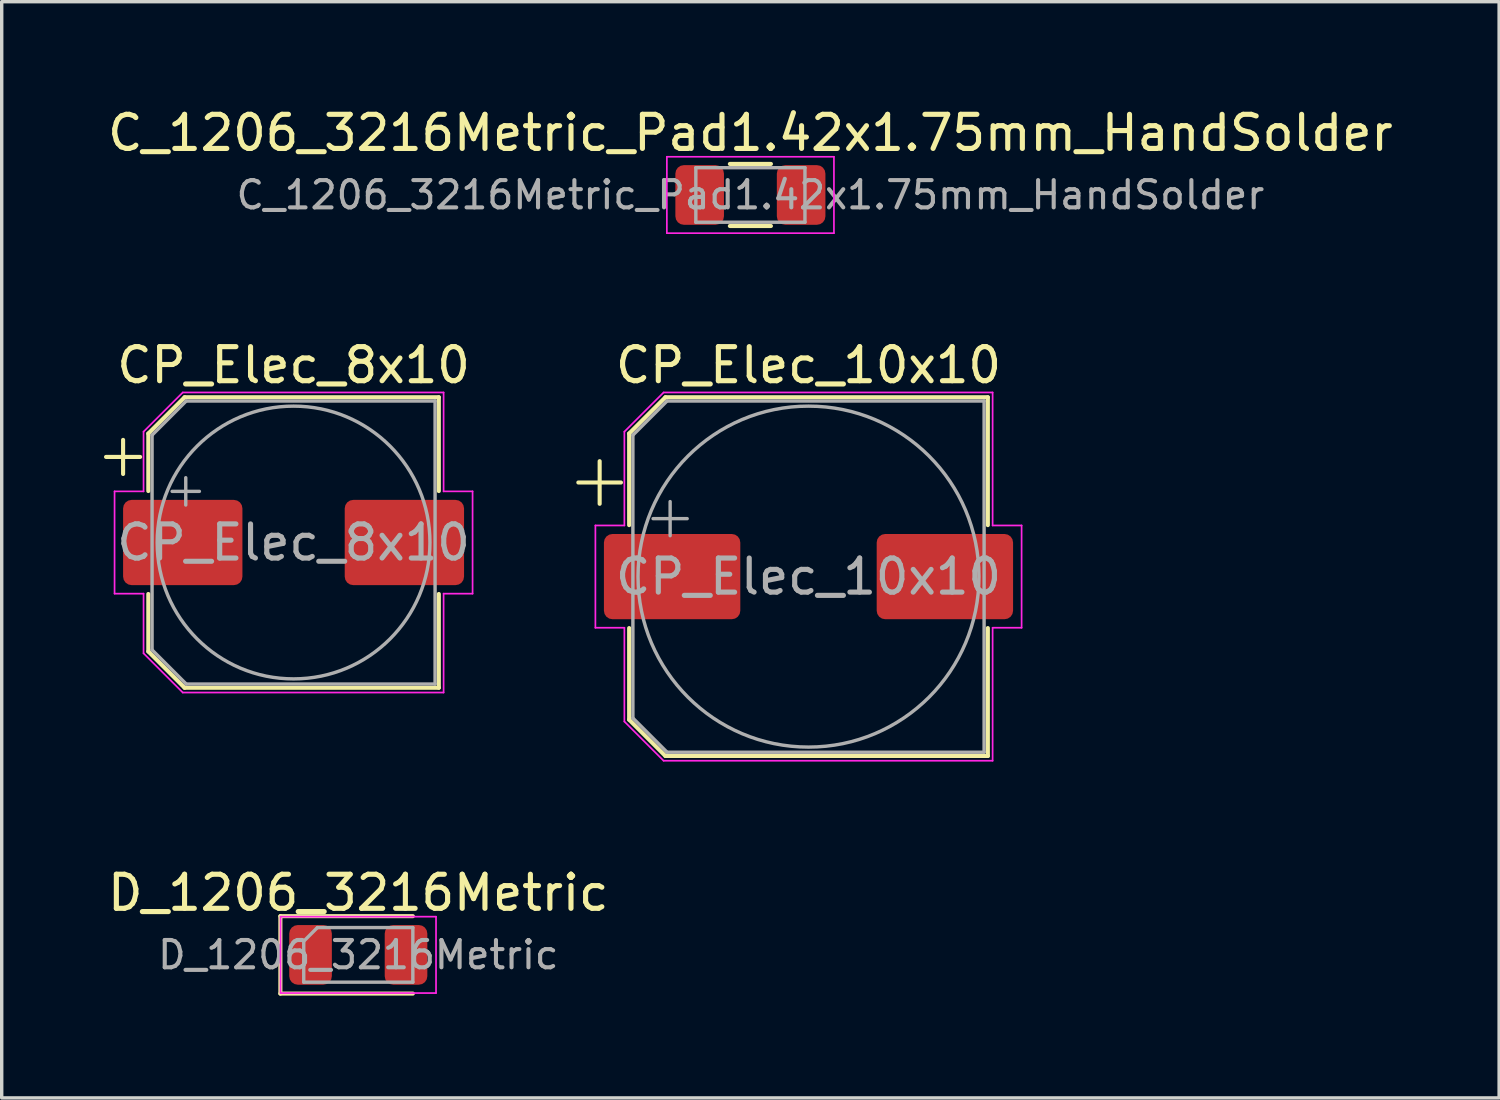
<source format=kicad_pcb>
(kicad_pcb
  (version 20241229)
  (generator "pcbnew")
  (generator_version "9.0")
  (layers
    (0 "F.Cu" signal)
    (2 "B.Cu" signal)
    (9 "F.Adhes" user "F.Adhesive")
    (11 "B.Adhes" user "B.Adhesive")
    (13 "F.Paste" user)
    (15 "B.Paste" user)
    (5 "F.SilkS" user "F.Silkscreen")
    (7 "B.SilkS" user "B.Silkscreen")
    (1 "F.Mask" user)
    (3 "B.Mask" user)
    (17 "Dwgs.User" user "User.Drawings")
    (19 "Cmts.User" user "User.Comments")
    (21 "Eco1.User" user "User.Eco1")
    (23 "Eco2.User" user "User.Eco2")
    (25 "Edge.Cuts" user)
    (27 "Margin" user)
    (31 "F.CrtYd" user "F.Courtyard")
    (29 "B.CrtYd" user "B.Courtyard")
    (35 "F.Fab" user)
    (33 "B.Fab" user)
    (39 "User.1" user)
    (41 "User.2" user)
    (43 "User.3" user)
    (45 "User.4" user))
  (footprint "CP_Elec_10x10"
    (layer "F.Cu")
    (at 20.662 13.861)
    (property "Reference" "CP_Elec_10x10" (at 0 -6.2 0) (layer "F.SilkS") (effects (font (size 1 1) (thickness 0.15))))
    (attr smd)
    (fp_line (start -6.75 -2.76) (end -5.5 -2.76) (stroke (width 0.12) (type solid)) (layer "F.SilkS"))
    (fp_line (start -6.125 -3.385) (end -6.125 -2.135) (stroke (width 0.12) (type solid)) (layer "F.SilkS"))
    (fp_line (start -5.26 -4.196) (end -5.26 -1.51) (stroke (width 0.12) (type solid)) (layer "F.SilkS"))
    (fp_line (start -5.26 -4.196) (end -4.196 -5.26) (stroke (width 0.12) (type solid)) (layer "F.SilkS"))
    (fp_line (start -5.26 4.196) (end -5.26 1.51) (stroke (width 0.12) (type solid)) (layer "F.SilkS"))
    (fp_line (start -5.26 4.196) (end -4.196 5.26) (stroke (width 0.12) (type solid)) (layer "F.SilkS"))
    (fp_line (start -4.196 -5.26) (end 5.26 -5.26) (stroke (width 0.12) (type solid)) (layer "F.SilkS"))
    (fp_line (start -4.196 5.26) (end 5.26 5.26) (stroke (width 0.12) (type solid)) (layer "F.SilkS"))
    (fp_line (start 5.26 -5.26) (end 5.26 -1.51) (stroke (width 0.12) (type solid)) (layer "F.SilkS"))
    (fp_line (start 5.26 5.26) (end 5.26 1.51) (stroke (width 0.12) (type solid)) (layer "F.SilkS"))
    (fp_line (start -6.25 -1.5) (end -6.25 1.5) (stroke (width 0.05) (type solid)) (layer "F.CrtYd"))
    (fp_line (start -6.25 1.5) (end -5.4 1.5) (stroke (width 0.05) (type solid)) (layer "F.CrtYd"))
    (fp_line (start -5.4 -4.25) (end -5.4 -1.5) (stroke (width 0.05) (type solid)) (layer "F.CrtYd"))
    (fp_line (start -5.4 -4.25) (end -4.25 -5.4) (stroke (width 0.05) (type solid)) (layer "F.CrtYd"))
    (fp_line (start -5.4 -1.5) (end -6.25 -1.5) (stroke (width 0.05) (type solid)) (layer "F.CrtYd"))
    (fp_line (start -5.4 1.5) (end -5.4 4.25) (stroke (width 0.05) (type solid)) (layer "F.CrtYd"))
    (fp_line (start -5.4 4.25) (end -4.25 5.4) (stroke (width 0.05) (type solid)) (layer "F.CrtYd"))
    (fp_line (start -4.25 -5.4) (end 5.4 -5.4) (stroke (width 0.05) (type solid)) (layer "F.CrtYd"))
    (fp_line (start -4.25 5.4) (end 5.4 5.4) (stroke (width 0.05) (type solid)) (layer "F.CrtYd"))
    (fp_line (start 5.4 -5.4) (end 5.4 -1.5) (stroke (width 0.05) (type solid)) (layer "F.CrtYd"))
    (fp_line (start 5.4 -1.5) (end 6.25 -1.5) (stroke (width 0.05) (type solid)) (layer "F.CrtYd"))
    (fp_line (start 5.4 1.5) (end 5.4 5.4) (stroke (width 0.05) (type solid)) (layer "F.CrtYd"))
    (fp_line (start 6.25 -1.5) (end 6.25 1.5) (stroke (width 0.05) (type solid)) (layer "F.CrtYd"))
    (fp_line (start 6.25 1.5) (end 5.4 1.5) (stroke (width 0.05) (type solid)) (layer "F.CrtYd"))
    (fp_line (start -5.15 -4.15) (end -5.15 4.15) (stroke (width 0.1) (type solid)) (layer "F.Fab"))
    (fp_line (start -5.15 -4.15) (end -4.15 -5.15) (stroke (width 0.1) (type solid)) (layer "F.Fab"))
    (fp_line (start -5.15 4.15) (end -4.15 5.15) (stroke (width 0.1) (type solid)) (layer "F.Fab"))
    (fp_line (start -4.558 -1.7) (end -3.558 -1.7) (stroke (width 0.1) (type solid)) (layer "F.Fab"))
    (fp_line (start -4.15 -5.15) (end 5.15 -5.15) (stroke (width 0.1) (type solid)) (layer "F.Fab"))
    (fp_line (start -4.15 5.15) (end 5.15 5.15) (stroke (width 0.1) (type solid)) (layer "F.Fab"))
    (fp_line (start -4.058 -2.2) (end -4.058 -1.2) (stroke (width 0.1) (type solid)) (layer "F.Fab"))
    (fp_line (start 5.15 -5.15) (end 5.15 5.15) (stroke (width 0.1) (type solid)) (layer "F.Fab"))
    (fp_circle (center 0 0) (end 5 0) (stroke (width 0.1) (type solid)) (fill no) (layer "F.Fab"))
    (fp_text user "${REFERENCE}" (at 0 0 0) (layer "F.Fab") (effects (font (size 1 1) (thickness 0.15))))
    (pad "1" smd roundrect (at -4 0) (size 4 2.5) (layers "F.Cu" "F.Mask" "F.Paste") (roundrect_rratio 0.1))
    (pad "2" smd roundrect (at 4 0) (size 4 2.5) (layers "F.Cu" "F.Mask" "F.Paste") (roundrect_rratio 0.1)))
  (footprint "C_1206_3216Metric_Pad1.42x1.75mm_HandSolder"
    (layer "F.Cu")
    (at 18.958 2.668)
    (property "Reference" "C_1206_3216Metric_Pad1.42x1.75mm_HandSolder" (at 0 -1.82 0) (layer "F.SilkS") (effects (font (size 1 1) (thickness 0.15))))
    (attr smd)
    (fp_line (start -0.602 -0.91) (end 0.602 -0.91) (stroke (width 0.12) (type solid)) (layer "F.SilkS"))
    (fp_line (start -0.602 0.91) (end 0.602 0.91) (stroke (width 0.12) (type solid)) (layer "F.SilkS"))
    (fp_line (start -2.45 -1.12) (end 2.45 -1.12) (stroke (width 0.05) (type solid)) (layer "F.CrtYd"))
    (fp_line (start -2.45 1.12) (end -2.45 -1.12) (stroke (width 0.05) (type solid)) (layer "F.CrtYd"))
    (fp_line (start 2.45 -1.12) (end 2.45 1.12) (stroke (width 0.05) (type solid)) (layer "F.CrtYd"))
    (fp_line (start 2.45 1.12) (end -2.45 1.12) (stroke (width 0.05) (type solid)) (layer "F.CrtYd"))
    (fp_line (start -1.6 -0.8) (end 1.6 -0.8) (stroke (width 0.1) (type solid)) (layer "F.Fab"))
    (fp_line (start -1.6 0.8) (end -1.6 -0.8) (stroke (width 0.1) (type solid)) (layer "F.Fab"))
    (fp_line (start 1.6 -0.8) (end 1.6 0.8) (stroke (width 0.1) (type solid)) (layer "F.Fab"))
    (fp_line (start 1.6 0.8) (end -1.6 0.8) (stroke (width 0.1) (type solid)) (layer "F.Fab"))
    (fp_text user "${REFERENCE}" (at 0 0 0) (layer "F.Fab") (effects (font (size 0.8 0.8) (thickness 0.12))))
    (pad "1" smd roundrect (at -1.488 0) (size 1.425 1.75) (layers "F.Cu" "F.Mask" "F.Paste") (roundrect_rratio 0.175))
    (pad "2" smd roundrect (at 1.488 0) (size 1.425 1.75) (layers "F.Cu" "F.Mask" "F.Paste") (roundrect_rratio 0.175)))
  (footprint "CP_Elec_8x10"
    (layer "F.Cu")
    (at 5.56 12.861)
    (property "Reference" "CP_Elec_8x10" (at 0 -5.2 0) (layer "F.SilkS") (effects (font (size 1 1) (thickness 0.15))))
    (attr smd)
    (fp_line (start -5.5 -2.51) (end -4.5 -2.51) (stroke (width 0.12) (type solid)) (layer "F.SilkS"))
    (fp_line (start -5 -3.01) (end -5 -2.01) (stroke (width 0.12) (type solid)) (layer "F.SilkS"))
    (fp_line (start -4.26 -3.196) (end -4.26 -1.51) (stroke (width 0.12) (type solid)) (layer "F.SilkS"))
    (fp_line (start -4.26 -3.196) (end -3.196 -4.26) (stroke (width 0.12) (type solid)) (layer "F.SilkS"))
    (fp_line (start -4.26 3.196) (end -4.26 1.51) (stroke (width 0.12) (type solid)) (layer "F.SilkS"))
    (fp_line (start -4.26 3.196) (end -3.196 4.26) (stroke (width 0.12) (type solid)) (layer "F.SilkS"))
    (fp_line (start -3.196 -4.26) (end 4.26 -4.26) (stroke (width 0.12) (type solid)) (layer "F.SilkS"))
    (fp_line (start -3.196 4.26) (end 4.26 4.26) (stroke (width 0.12) (type solid)) (layer "F.SilkS"))
    (fp_line (start 4.26 -4.26) (end 4.26 -1.51) (stroke (width 0.12) (type solid)) (layer "F.SilkS"))
    (fp_line (start 4.26 4.26) (end 4.26 1.51) (stroke (width 0.12) (type solid)) (layer "F.SilkS"))
    (fp_line (start -5.25 -1.5) (end -5.25 1.5) (stroke (width 0.05) (type solid)) (layer "F.CrtYd"))
    (fp_line (start -5.25 1.5) (end -4.4 1.5) (stroke (width 0.05) (type solid)) (layer "F.CrtYd"))
    (fp_line (start -4.4 -3.25) (end -4.4 -1.5) (stroke (width 0.05) (type solid)) (layer "F.CrtYd"))
    (fp_line (start -4.4 -3.25) (end -3.25 -4.4) (stroke (width 0.05) (type solid)) (layer "F.CrtYd"))
    (fp_line (start -4.4 -1.5) (end -5.25 -1.5) (stroke (width 0.05) (type solid)) (layer "F.CrtYd"))
    (fp_line (start -4.4 1.5) (end -4.4 3.25) (stroke (width 0.05) (type solid)) (layer "F.CrtYd"))
    (fp_line (start -4.4 3.25) (end -3.25 4.4) (stroke (width 0.05) (type solid)) (layer "F.CrtYd"))
    (fp_line (start -3.25 -4.4) (end 4.4 -4.4) (stroke (width 0.05) (type solid)) (layer "F.CrtYd"))
    (fp_line (start -3.25 4.4) (end 4.4 4.4) (stroke (width 0.05) (type solid)) (layer "F.CrtYd"))
    (fp_line (start 4.4 -4.4) (end 4.4 -1.5) (stroke (width 0.05) (type solid)) (layer "F.CrtYd"))
    (fp_line (start 4.4 -1.5) (end 5.25 -1.5) (stroke (width 0.05) (type solid)) (layer "F.CrtYd"))
    (fp_line (start 4.4 1.5) (end 4.4 4.4) (stroke (width 0.05) (type solid)) (layer "F.CrtYd"))
    (fp_line (start 5.25 -1.5) (end 5.25 1.5) (stroke (width 0.05) (type solid)) (layer "F.CrtYd"))
    (fp_line (start 5.25 1.5) (end 4.4 1.5) (stroke (width 0.05) (type solid)) (layer "F.CrtYd"))
    (fp_line (start -4.15 -3.15) (end -4.15 3.15) (stroke (width 0.1) (type solid)) (layer "F.Fab"))
    (fp_line (start -4.15 -3.15) (end -3.15 -4.15) (stroke (width 0.1) (type solid)) (layer "F.Fab"))
    (fp_line (start -4.15 3.15) (end -3.15 4.15) (stroke (width 0.1) (type solid)) (layer "F.Fab"))
    (fp_line (start -3.562 -1.5) (end -2.762 -1.5) (stroke (width 0.1) (type solid)) (layer "F.Fab"))
    (fp_line (start -3.162 -1.9) (end -3.162 -1.1) (stroke (width 0.1) (type solid)) (layer "F.Fab"))
    (fp_line (start -3.15 -4.15) (end 4.15 -4.15) (stroke (width 0.1) (type solid)) (layer "F.Fab"))
    (fp_line (start -3.15 4.15) (end 4.15 4.15) (stroke (width 0.1) (type solid)) (layer "F.Fab"))
    (fp_line (start 4.15 -4.15) (end 4.15 4.15) (stroke (width 0.1) (type solid)) (layer "F.Fab"))
    (fp_circle (center 0 0) (end 4 0) (stroke (width 0.1) (type solid)) (fill no) (layer "F.Fab"))
    (fp_text user "${REFERENCE}" (at 0 0 0) (layer "F.Fab") (effects (font (size 1 1) (thickness 0.15))))
    (pad "1" smd roundrect (at -3.25 0) (size 3.5 2.5) (layers "F.Cu" "F.Mask" "F.Paste") (roundrect_rratio 0.1))
    (pad "2" smd roundrect (at 3.25 0) (size 3.5 2.5) (layers "F.Cu" "F.Mask" "F.Paste") (roundrect_rratio 0.1)))
  (footprint "D_1206_3216Metric"
    (layer "F.Cu")
    (at 7.458 24.955)
    (property "Reference" "D_1206_3216Metric" (at 0 -1.82 0) (layer "F.SilkS") (effects (font (size 1 1) (thickness 0.15))))
    (attr smd)
    (fp_line (start -2.285 -1.135) (end -2.285 1.135) (stroke (width 0.12) (type solid)) (layer "F.SilkS"))
    (fp_line (start -2.285 1.135) (end 1.6 1.135) (stroke (width 0.12) (type solid)) (layer "F.SilkS"))
    (fp_line (start 1.6 -1.135) (end -2.285 -1.135) (stroke (width 0.12) (type solid)) (layer "F.SilkS"))
    (fp_line (start -2.28 -1.12) (end 2.28 -1.12) (stroke (width 0.05) (type solid)) (layer "F.CrtYd"))
    (fp_line (start -2.28 1.12) (end -2.28 -1.12) (stroke (width 0.05) (type solid)) (layer "F.CrtYd"))
    (fp_line (start 2.28 -1.12) (end 2.28 1.12) (stroke (width 0.05) (type solid)) (layer "F.CrtYd"))
    (fp_line (start 2.28 1.12) (end -2.28 1.12) (stroke (width 0.05) (type solid)) (layer "F.CrtYd"))
    (fp_line (start -1.6 -0.4) (end -1.6 0.8) (stroke (width 0.1) (type solid)) (layer "F.Fab"))
    (fp_line (start -1.6 0.8) (end 1.6 0.8) (stroke (width 0.1) (type solid)) (layer "F.Fab"))
    (fp_line (start -1.2 -0.8) (end -1.6 -0.4) (stroke (width 0.1) (type solid)) (layer "F.Fab"))
    (fp_line (start 1.6 -0.8) (end -1.2 -0.8) (stroke (width 0.1) (type solid)) (layer "F.Fab"))
    (fp_line (start 1.6 0.8) (end 1.6 -0.8) (stroke (width 0.1) (type solid)) (layer "F.Fab"))
    (fp_text user "${REFERENCE}" (at 0 0 0) (layer "F.Fab") (effects (font (size 0.8 0.8) (thickness 0.12))))
    (pad "1" smd roundrect (at -1.4 0) (size 1.25 1.75) (layers "F.Cu" "F.Mask" "F.Paste") (roundrect_rratio 0.2))
    (pad "2" smd roundrect (at 1.4 0) (size 1.25 1.75) (layers "F.Cu" "F.Mask" "F.Paste") (roundrect_rratio 0.2)))
  (gr_rect
    (start -3 -3)
    (end 40.917 29.15)
    (stroke (width 0.1) (type default))
    (fill no)
    (layer "Edge.Cuts")))
</source>
